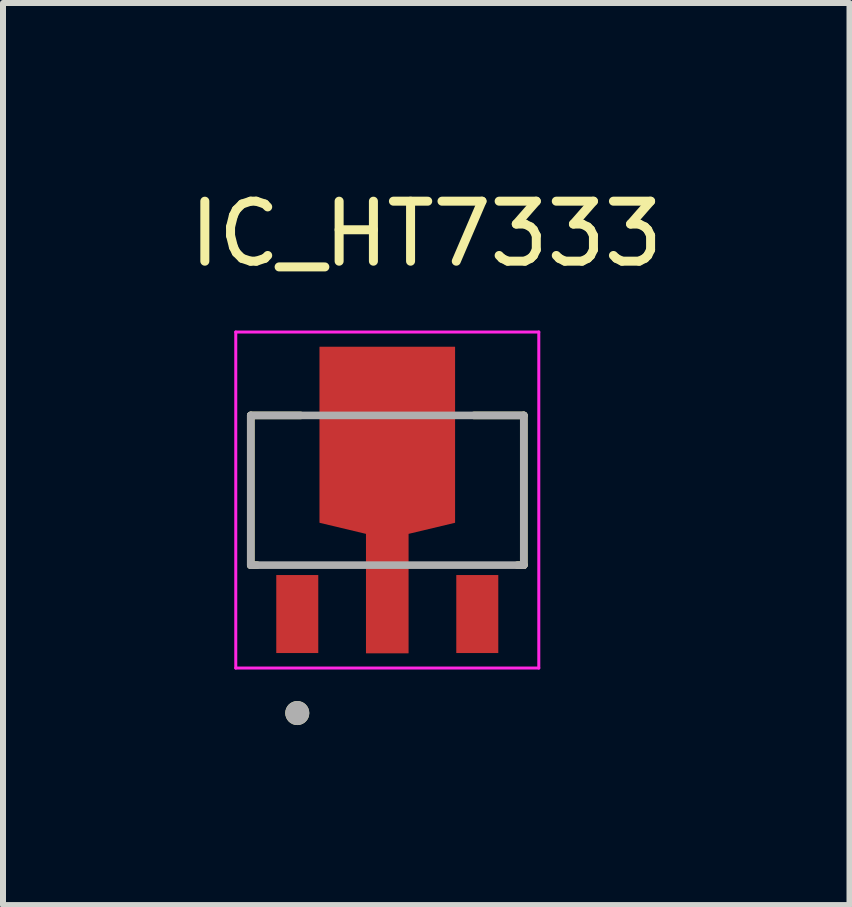
<source format=kicad_pcb>
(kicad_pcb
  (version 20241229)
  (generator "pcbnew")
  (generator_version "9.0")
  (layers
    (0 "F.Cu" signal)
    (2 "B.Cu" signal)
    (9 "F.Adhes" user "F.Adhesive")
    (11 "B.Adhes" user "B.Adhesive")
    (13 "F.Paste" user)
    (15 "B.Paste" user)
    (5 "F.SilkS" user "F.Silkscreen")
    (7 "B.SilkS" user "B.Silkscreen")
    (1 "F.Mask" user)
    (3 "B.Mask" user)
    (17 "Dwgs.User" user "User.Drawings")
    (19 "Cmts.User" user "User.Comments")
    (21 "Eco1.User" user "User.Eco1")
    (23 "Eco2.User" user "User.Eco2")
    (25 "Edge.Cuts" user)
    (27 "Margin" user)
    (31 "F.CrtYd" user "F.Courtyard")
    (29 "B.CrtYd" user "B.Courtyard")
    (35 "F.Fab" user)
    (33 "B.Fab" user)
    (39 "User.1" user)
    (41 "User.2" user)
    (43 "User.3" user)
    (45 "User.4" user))
  (footprint "IC_HT7333"
    (layer "F.Cu")
    (at 3.404 5.283)
    (property "Reference" "IC_HT7333" (at 0.65 -4.435 0) (layer "F.SilkS") (effects (font (size 1 1) (thickness 0.15))))
    (attr smd)
    (fp_poly (pts (xy -1.225 -2.65) (xy 1.225 -2.65) (xy 1.225 0.475) (xy 0.45 0.66) (xy 0.45 2.65) (xy -0.45 2.65) (xy -0.45 0.66) (xy -1.225 0.475)) (stroke (width 0.01) (type solid)) (fill yes) (layer "F.Mask"))
    (fp_line (start -2.275 -1.41) (end -1.445 -1.41) (stroke (width 0.127) (type solid)) (layer "F.SilkS"))
    (fp_line (start -2.275 1.085) (end -2.275 -1.41) (stroke (width 0.127) (type solid)) (layer "F.SilkS"))
    (fp_line (start -2.275 1.085) (end -2.17 1.085) (stroke (width 0.127) (type solid)) (layer "F.SilkS"))
    (fp_line (start 1.445 -1.41) (end 2.275 -1.41) (stroke (width 0.127) (type solid)) (layer "F.SilkS"))
    (fp_line (start 2.17 1.085) (end 2.275 1.085) (stroke (width 0.127) (type solid)) (layer "F.SilkS"))
    (fp_line (start 2.275 1.085) (end 2.275 -1.41) (stroke (width 0.127) (type solid)) (layer "F.SilkS"))
    (fp_circle (center -1.5 3.55) (end -1.4 3.55) (stroke (width 0.2) (type solid)) (fill no) (layer "F.SilkS"))
    (fp_poly (pts (xy -1.125 -2.55) (xy 1.125 -2.55) (xy 1.125 0.375) (xy 0.35 0.56) (xy 0.35 2.55) (xy -0.35 2.55) (xy -0.35 0.56) (xy -1.125 0.375)) (stroke (width 0.01) (type solid)) (fill yes) (layer "F.Paste"))
    (fp_line (start -2.525 -2.8) (end -2.525 2.8) (stroke (width 0.05) (type solid)) (layer "F.CrtYd"))
    (fp_line (start -2.525 2.8) (end 2.525 2.8) (stroke (width 0.05) (type solid)) (layer "F.CrtYd"))
    (fp_line (start 2.525 -2.8) (end -2.525 -2.8) (stroke (width 0.05) (type solid)) (layer "F.CrtYd"))
    (fp_line (start 2.525 2.8) (end 2.525 -2.8) (stroke (width 0.05) (type solid)) (layer "F.CrtYd"))
    (fp_line (start -2.275 -1.41) (end 2.275 -1.41) (stroke (width 0.127) (type solid)) (layer "F.Fab"))
    (fp_line (start -2.275 1.085) (end -2.275 -1.41) (stroke (width 0.127) (type solid)) (layer "F.Fab"))
    (fp_line (start -2.275 1.085) (end 2.275 1.085) (stroke (width 0.127) (type solid)) (layer "F.Fab"))
    (fp_line (start 2.275 1.085) (end 2.275 -1.41) (stroke (width 0.127) (type solid)) (layer "F.Fab"))
    (fp_circle (center -1.5 3.55) (end -1.4 3.55) (stroke (width 0.2) (type solid)) (fill no) (layer "F.Fab"))
    (pad "1" smd rect (at -1.5 1.9) (size 0.7 1.3) (layers "F.Cu" "F.Mask" "F.Paste"))
    (pad "2" smd custom (at 0 1.9) (size 0.1 0.1) (layers "F.Cu") (options (anchor rect)) (primitives (gr_poly (pts (xy -1.125 -4.45) (xy 1.125 -4.45) (xy 1.125 -1.525) (xy 0.35 -1.34) (xy 0.35 0.65) (xy -0.35 0.65) (xy -0.35 -1.34) (xy -1.125 -1.525)) (width 0.01) (fill yes))))
    (pad "3" smd rect (at 1.5 1.9) (size 0.7 1.3) (layers "F.Cu" "F.Mask" "F.Paste")))
  (gr_rect
    (start -3 -3)
    (end 11.107 12.033)
    (stroke (width 0.1) (type default))
    (fill no)
    (layer "Edge.Cuts")))
</source>
